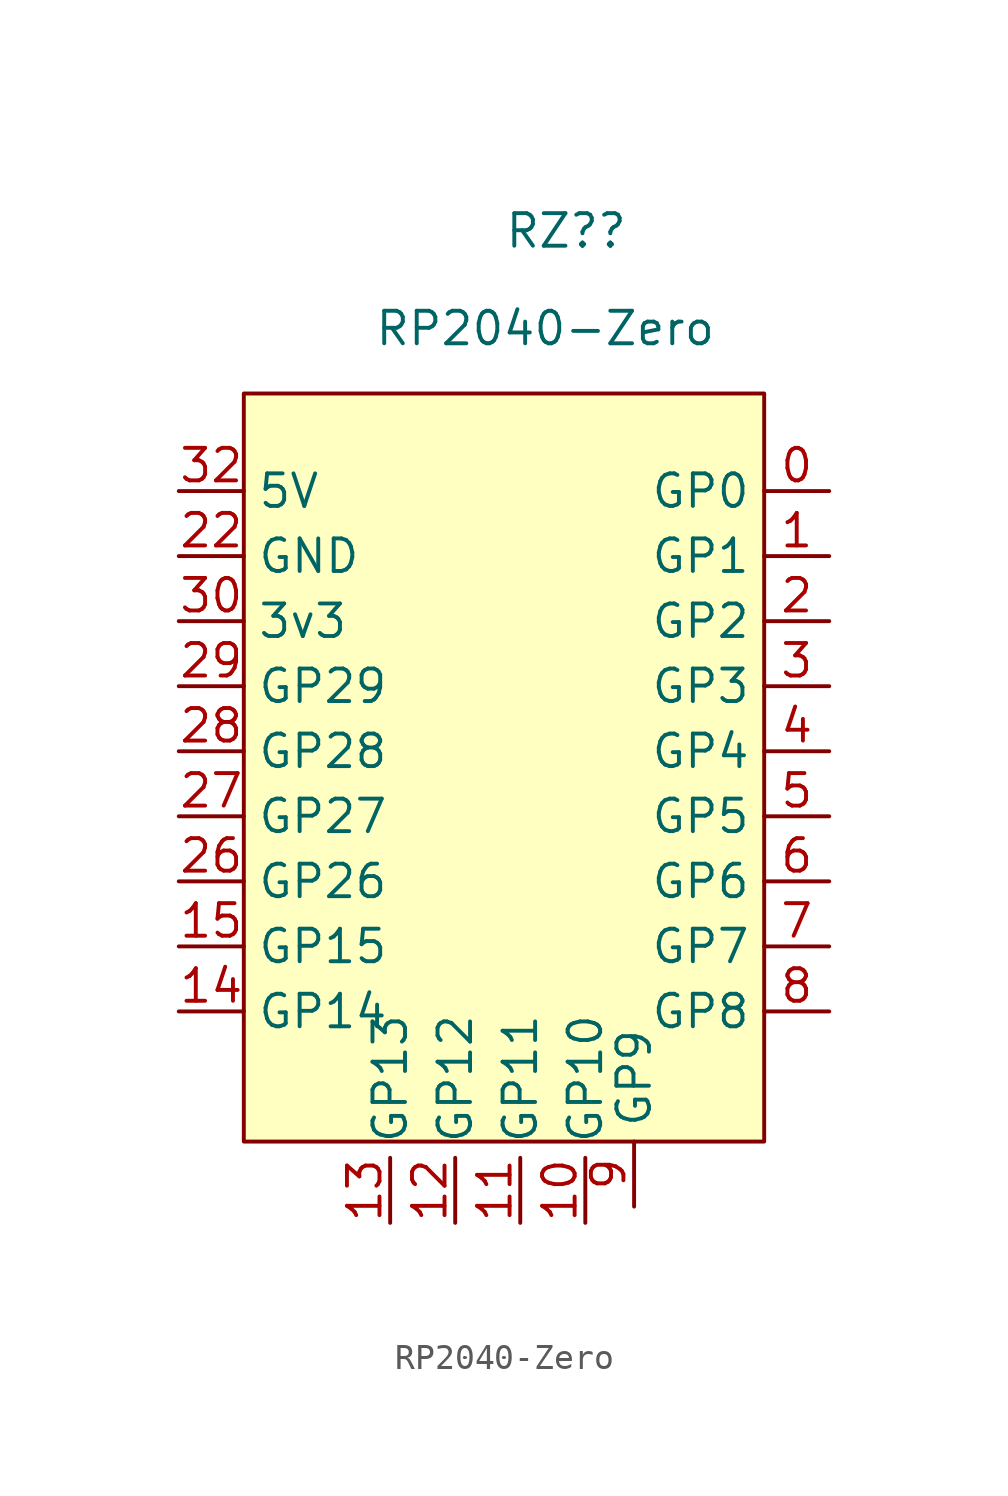
<source format=kicad_sym>
(kicad_symbol_lib
  (version 20211014)
  (generator kicad_symbol_editor)
  (symbol "RP2040-Zero"
    (property "Reference" "RZ?"
      (at -1.27 20.32 0)
      (effects (font (size 1.27 1.27)) (justify left)))
    (property "Value" "RP2040-Zero"
      (at -6.35 16.51 0)
      (effects (font (size 1.27 1.27)) (justify left)))
    (symbol "RP2040-Zero_0_1"
      (rectangle (start -11.43 13.97) (end 8.89 -15.24) (stroke (width 0) (type default) (color 0 0 0 0)) (fill (type background))))
    (symbol "RP2040-Zero_1_1"
      (pin bidirectional line (at 11.43 10.16 180) (length 2.54) (name "GP0" (effects (font (size 1.27 1.27)))) (number "0" (effects (font (size 1.27 1.27)))))
      (pin bidirectional line (at 11.43 7.62 180) (length 2.54) (name "GP1" (effects (font (size 1.27 1.27)))) (number "1" (effects (font (size 1.27 1.27)))))
      (pin bidirectional line (at 1.905 -18.415 90) (length 2.54) (name "GP10" (effects (font (size 1.27 1.27)))) (number "10" (effects (font (size 1.27 1.27)))))
      (pin bidirectional line (at -0.635 -18.415 90) (length 2.54) (name "GP11" (effects (font (size 1.27 1.27)))) (number "11" (effects (font (size 1.27 1.27)))))
      (pin bidirectional line (at -3.175 -18.415 90) (length 2.54) (name "GP12" (effects (font (size 1.27 1.27)))) (number "12" (effects (font (size 1.27 1.27)))))
      (pin bidirectional line (at -5.715 -18.415 90) (length 2.54) (name "GP13" (effects (font (size 1.27 1.27)))) (number "13" (effects (font (size 1.27 1.27)))))
      (pin bidirectional line (at -13.97 -10.16 0) (length 2.54) (name "GP14" (effects (font (size 1.27 1.27)))) (number "14" (effects (font (size 1.27 1.27)))))
      (pin bidirectional line (at -13.97 -7.62 0) (length 2.54) (name "GP15" (effects (font (size 1.27 1.27)))) (number "15" (effects (font (size 1.27 1.27)))))
      (pin bidirectional line (at 11.43 5.08 180) (length 2.54) (name "GP2" (effects (font (size 1.27 1.27)))) (number "2" (effects (font (size 1.27 1.27)))))
      (pin power_in line (at -13.97 7.62 0) (length 2.54) (name "GND" (effects (font (size 1.27 1.27)))) (number "22" (effects (font (size 1.27 1.27)))))
      (pin bidirectional line (at -13.97 -5.08 0) (length 2.54) (name "GP26" (effects (font (size 1.27 1.27)))) (number "26" (effects (font (size 1.27 1.27)))))
      (pin bidirectional line (at -13.97 -2.54 0) (length 2.54) (name "GP27" (effects (font (size 1.27 1.27)))) (number "27" (effects (font (size 1.27 1.27)))))
      (pin bidirectional line (at -13.97 0 0) (length 2.54) (name "GP28" (effects (font (size 1.27 1.27)))) (number "28" (effects (font (size 1.27 1.27)))))
      (pin bidirectional line (at -13.97 2.54 0) (length 2.54) (name "GP29" (effects (font (size 1.27 1.27)))) (number "29" (effects (font (size 1.27 1.27)))))
      (pin bidirectional line (at 11.43 2.54 180) (length 2.54) (name "GP3" (effects (font (size 1.27 1.27)))) (number "3" (effects (font (size 1.27 1.27)))))
      (pin power_in line (at -13.97 5.08 0) (length 2.54) (name "3v3" (effects (font (size 1.27 1.27)))) (number "30" (effects (font (size 1.27 1.27)))))
      (pin power_in line (at -13.97 10.16 0) (length 2.54) (name "5V" (effects (font (size 1.27 1.27)))) (number "32" (effects (font (size 1.27 1.27)))))
      (pin bidirectional line (at 11.43 0 180) (length 2.54) (name "GP4" (effects (font (size 1.27 1.27)))) (number "4" (effects (font (size 1.27 1.27)))))
      (pin bidirectional line (at 11.43 -2.54 180) (length 2.54) (name "GP5" (effects (font (size 1.27 1.27)))) (number "5" (effects (font (size 1.27 1.27)))))
      (pin bidirectional line (at 11.43 -5.08 180) (length 2.54) (name "GP6" (effects (font (size 1.27 1.27)))) (number "6" (effects (font (size 1.27 1.27)))))
      (pin bidirectional line (at 11.43 -7.62 180) (length 2.54) (name "GP7" (effects (font (size 1.27 1.27)))) (number "7" (effects (font (size 1.27 1.27)))))
      (pin bidirectional line (at 11.43 -10.16 180) (length 2.54) (name "GP8" (effects (font (size 1.27 1.27)))) (number "8" (effects (font (size 1.27 1.27)))))
      (pin bidirectional line (at 3.81 -17.78 90) (length 2.54) (name "GP9" (effects (font (size 1.27 1.27)))) (number "9" (effects (font (size 1.27 1.27))))))))
</source>
